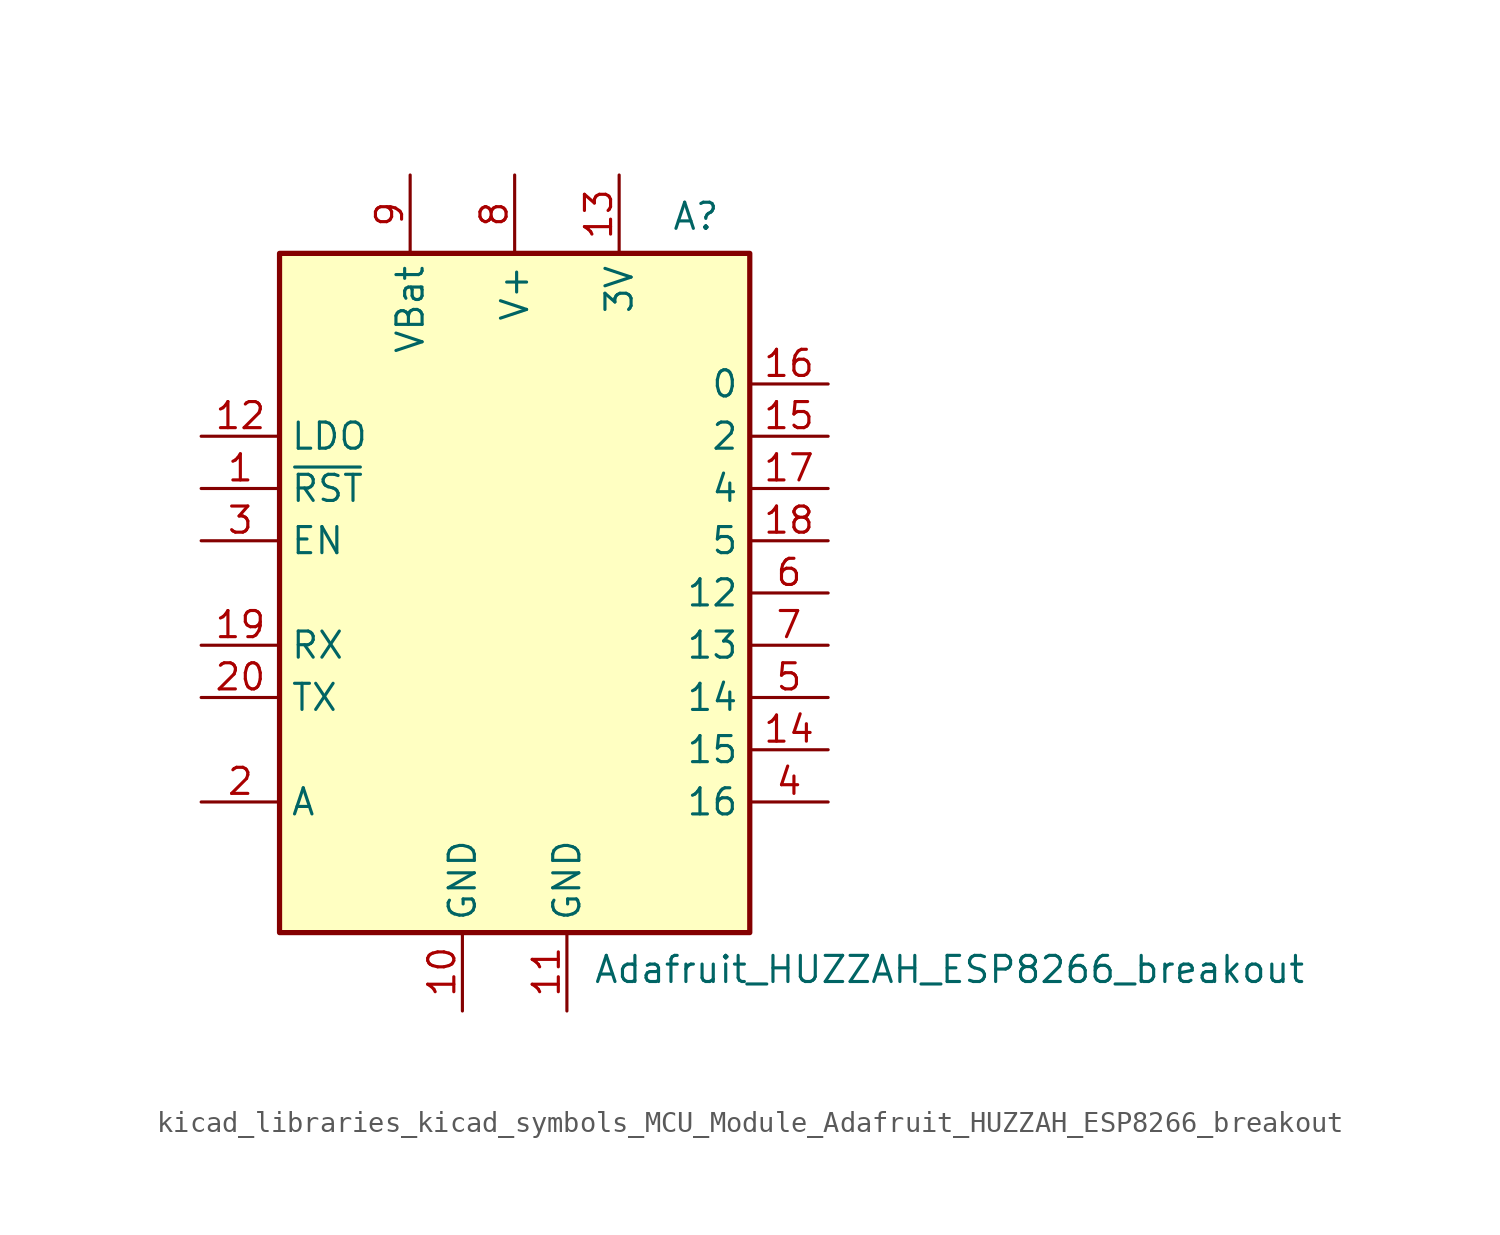
<source format=kicad_sym>
(kicad_symbol_lib
  (version 20220914)
  (generator kicad_symbol_editor)
  (symbol "kicad_libraries_kicad_symbols_MCU_Module_Adafruit_HUZZAH_ESP8266_breakout"
    (property "Reference" "A"
      (at 7.62 19.05 0)
      (effects (font (size 1.27 1.27)) (justify left top)))
    (property "Value" "Adafruit_HUZZAH_ESP8266_breakout"
      (at 3.81 -19.05 0)
      (effects (font (size 1.27 1.27)) (justify left bottom)))
    (symbol "kicad_libraries_kicad_symbols_MCU_Module_Adafruit_HUZZAH_ESP8266_breakout_0_1"
      (rectangle (start -11.43 16.51) (end 11.43 -16.51) (stroke (width 0.254) (type default)) (fill (type background))))
    (symbol "kicad_libraries_kicad_symbols_MCU_Module_Adafruit_HUZZAH_ESP8266_breakout_1_1"
      (pin input line (at -15.24 5.08 0) (length 3.81) (name "~{RST}" (effects (font (size 1.27 1.27)))) (number "1" (effects (font (size 1.27 1.27)))))
      (pin power_in line (at -2.54 -20.32 90) (length 3.81) (name "GND" (effects (font (size 1.27 1.27)))) (number "10" (effects (font (size 1.27 1.27)))))
      (pin power_in line (at 2.54 -20.32 90) (length 3.81) (name "GND" (effects (font (size 1.27 1.27)))) (number "11" (effects (font (size 1.27 1.27)))))
      (pin input line (at -15.24 7.62 0) (length 3.81) (name "LDO" (effects (font (size 1.27 1.27)))) (number "12" (effects (font (size 1.27 1.27)))))
      (pin power_out line (at 5.08 20.32 270) (length 3.81) (name "3V" (effects (font (size 1.27 1.27)))) (number "13" (effects (font (size 1.27 1.27)))))
      (pin bidirectional line (at 15.24 -7.62 180) (length 3.81) (name "15" (effects (font (size 1.27 1.27)))) (number "14" (effects (font (size 1.27 1.27)))))
      (pin bidirectional line (at 15.24 7.62 180) (length 3.81) (name "2" (effects (font (size 1.27 1.27)))) (number "15" (effects (font (size 1.27 1.27)))))
      (pin bidirectional line (at 15.24 10.16 180) (length 3.81) (name "0" (effects (font (size 1.27 1.27)))) (number "16" (effects (font (size 1.27 1.27)))))
      (pin bidirectional line (at 15.24 5.08 180) (length 3.81) (name "4" (effects (font (size 1.27 1.27)))) (number "17" (effects (font (size 1.27 1.27)))))
      (pin bidirectional line (at 15.24 2.54 180) (length 3.81) (name "5" (effects (font (size 1.27 1.27)))) (number "18" (effects (font (size 1.27 1.27)))))
      (pin input line (at -15.24 -2.54 0) (length 3.81) (name "RX" (effects (font (size 1.27 1.27)))) (number "19" (effects (font (size 1.27 1.27)))))
      (pin input line (at -15.24 -10.16 0) (length 3.81) (name "A" (effects (font (size 1.27 1.27)))) (number "2" (effects (font (size 1.27 1.27)))))
      (pin output line (at -15.24 -5.08 0) (length 3.81) (name "TX" (effects (font (size 1.27 1.27)))) (number "20" (effects (font (size 1.27 1.27)))))
      (pin input line (at -15.24 2.54 0) (length 3.81) (name "EN" (effects (font (size 1.27 1.27)))) (number "3" (effects (font (size 1.27 1.27)))))
      (pin bidirectional line (at 15.24 -10.16 180) (length 3.81) (name "16" (effects (font (size 1.27 1.27)))) (number "4" (effects (font (size 1.27 1.27)))))
      (pin bidirectional line (at 15.24 -5.08 180) (length 3.81) (name "14" (effects (font (size 1.27 1.27)))) (number "5" (effects (font (size 1.27 1.27)))))
      (pin bidirectional line (at 15.24 0 180) (length 3.81) (name "12" (effects (font (size 1.27 1.27)))) (number "6" (effects (font (size 1.27 1.27)))))
      (pin bidirectional line (at 15.24 -2.54 180) (length 3.81) (name "13" (effects (font (size 1.27 1.27)))) (number "7" (effects (font (size 1.27 1.27)))))
      (pin power_in line (at 0 20.32 270) (length 3.81) (name "V+" (effects (font (size 1.27 1.27)))) (number "8" (effects (font (size 1.27 1.27)))))
      (pin power_in line (at -5.08 20.32 270) (length 3.81) (name "VBat" (effects (font (size 1.27 1.27)))) (number "9" (effects (font (size 1.27 1.27))))))))
</source>
